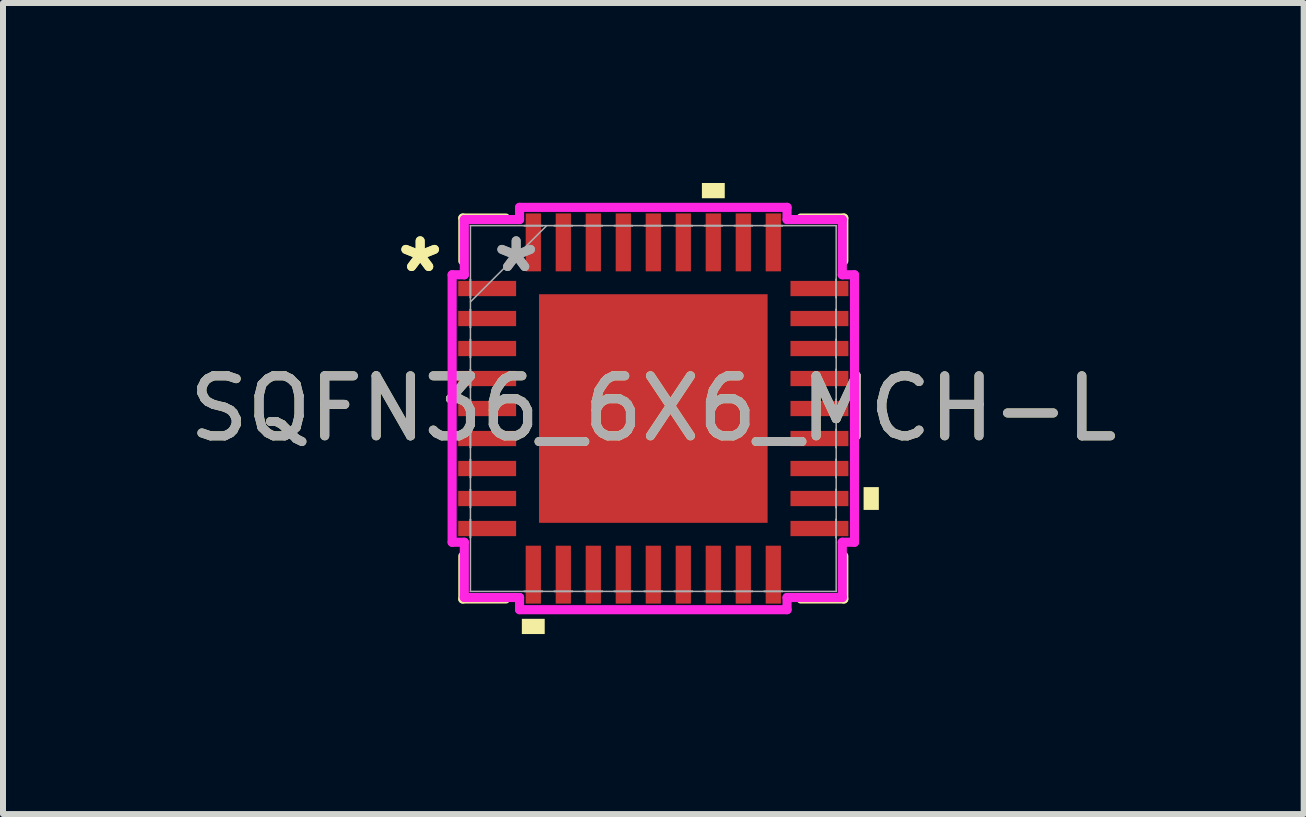
<source format=kicad_pcb>
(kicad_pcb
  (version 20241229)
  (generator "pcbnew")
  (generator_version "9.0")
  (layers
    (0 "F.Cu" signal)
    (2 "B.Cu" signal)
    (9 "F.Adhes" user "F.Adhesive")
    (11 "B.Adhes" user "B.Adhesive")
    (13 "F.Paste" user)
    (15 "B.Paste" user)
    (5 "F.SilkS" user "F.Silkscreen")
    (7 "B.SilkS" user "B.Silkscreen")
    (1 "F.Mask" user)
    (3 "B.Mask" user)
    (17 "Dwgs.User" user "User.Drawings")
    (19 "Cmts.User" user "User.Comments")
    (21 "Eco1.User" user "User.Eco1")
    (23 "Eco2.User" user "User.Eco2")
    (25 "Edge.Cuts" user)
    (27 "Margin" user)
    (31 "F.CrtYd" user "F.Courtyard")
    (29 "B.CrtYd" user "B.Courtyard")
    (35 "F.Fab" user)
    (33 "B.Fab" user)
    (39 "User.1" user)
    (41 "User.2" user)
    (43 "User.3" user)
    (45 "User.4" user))
  (footprint "SQFN36_6X6_MCH-L"
    (layer "F.Cu")
    (at 7.839 3.759)
    (property "Reference" "SQFN36_6X6_MCH-L" (at 0 0 0) (unlocked yes) (layer "F.SilkS") (effects (font (size 1 1) (thickness 0.15))))
    (attr smd)
    (fp_line (start -3.175 -3.175) (end -3.175 -2.46) (stroke (width 0.152) (type solid)) (layer "F.SilkS"))
    (fp_line (start -3.175 2.46) (end -3.175 3.175) (stroke (width 0.152) (type solid)) (layer "F.SilkS"))
    (fp_line (start -3.175 3.175) (end -2.46 3.175) (stroke (width 0.152) (type solid)) (layer "F.SilkS"))
    (fp_line (start -2.46 -3.175) (end -3.175 -3.175) (stroke (width 0.152) (type solid)) (layer "F.SilkS"))
    (fp_line (start 2.46 3.175) (end 3.175 3.175) (stroke (width 0.152) (type solid)) (layer "F.SilkS"))
    (fp_line (start 3.175 -3.175) (end 2.46 -3.175) (stroke (width 0.152) (type solid)) (layer "F.SilkS"))
    (fp_line (start 3.175 -2.46) (end 3.175 -3.175) (stroke (width 0.152) (type solid)) (layer "F.SilkS"))
    (fp_line (start 3.175 3.175) (end 3.175 2.46) (stroke (width 0.152) (type solid)) (layer "F.SilkS"))
    (fp_poly (pts (xy -2.191 3.505) (xy -2.191 3.759) (xy -1.81 3.759) (xy -1.81 3.505)) (stroke (width 0) (type solid)) (fill yes) (layer "F.SilkS"))
    (fp_poly (pts (xy 0.81 -3.505) (xy 0.81 -3.759) (xy 1.191 -3.759) (xy 1.191 -3.505)) (stroke (width 0) (type solid)) (fill yes) (layer "F.SilkS"))
    (fp_poly (pts (xy 3.759 1.31) (xy 3.759 1.69) (xy 3.505 1.69) (xy 3.505 1.31)) (stroke (width 0) (type solid)) (fill yes) (layer "F.SilkS"))
    (fp_poly (pts (xy -1.805 -1.805) (xy -1.805 -0.735) (xy -0.735 -0.735) (xy -0.735 -1.805)) (stroke (width 0) (type solid)) (fill yes) (layer "F.Paste"))
    (fp_poly (pts (xy -1.805 -0.535) (xy -1.805 0.535) (xy -0.735 0.535) (xy -0.735 -0.535)) (stroke (width 0) (type solid)) (fill yes) (layer "F.Paste"))
    (fp_poly (pts (xy -1.805 0.735) (xy -1.805 1.805) (xy -0.735 1.805) (xy -0.735 0.735)) (stroke (width 0) (type solid)) (fill yes) (layer "F.Paste"))
    (fp_poly (pts (xy -0.535 -1.805) (xy -0.535 -0.735) (xy 0.535 -0.735) (xy 0.535 -1.805)) (stroke (width 0) (type solid)) (fill yes) (layer "F.Paste"))
    (fp_poly (pts (xy -0.535 -0.535) (xy -0.535 0.535) (xy 0.535 0.535) (xy 0.535 -0.535)) (stroke (width 0) (type solid)) (fill yes) (layer "F.Paste"))
    (fp_poly (pts (xy -0.535 0.735) (xy -0.535 1.805) (xy 0.535 1.805) (xy 0.535 0.735)) (stroke (width 0) (type solid)) (fill yes) (layer "F.Paste"))
    (fp_poly (pts (xy 0.735 -1.805) (xy 0.735 -0.735) (xy 1.805 -0.735) (xy 1.805 -1.805)) (stroke (width 0) (type solid)) (fill yes) (layer "F.Paste"))
    (fp_poly (pts (xy 0.735 -0.535) (xy 0.735 0.535) (xy 1.805 0.535) (xy 1.805 -0.535)) (stroke (width 0) (type solid)) (fill yes) (layer "F.Paste"))
    (fp_poly (pts (xy 0.735 0.735) (xy 0.735 1.805) (xy 1.805 1.805) (xy 1.805 0.735)) (stroke (width 0) (type solid)) (fill yes) (layer "F.Paste"))
    (fp_line (start -3.353 -2.229) (end -3.15 -2.229) (stroke (width 0.152) (type solid)) (layer "F.CrtYd"))
    (fp_line (start -3.353 2.229) (end -3.353 -2.229) (stroke (width 0.152) (type solid)) (layer "F.CrtYd"))
    (fp_line (start -3.15 -3.15) (end -2.229 -3.15) (stroke (width 0.152) (type solid)) (layer "F.CrtYd"))
    (fp_line (start -3.15 -2.229) (end -3.15 -3.15) (stroke (width 0.152) (type solid)) (layer "F.CrtYd"))
    (fp_line (start -3.15 2.229) (end -3.353 2.229) (stroke (width 0.152) (type solid)) (layer "F.CrtYd"))
    (fp_line (start -3.15 3.15) (end -3.15 2.229) (stroke (width 0.152) (type solid)) (layer "F.CrtYd"))
    (fp_line (start -2.229 -3.353) (end 2.229 -3.353) (stroke (width 0.152) (type solid)) (layer "F.CrtYd"))
    (fp_line (start -2.229 -3.15) (end -2.229 -3.353) (stroke (width 0.152) (type solid)) (layer "F.CrtYd"))
    (fp_line (start -2.229 3.15) (end -3.15 3.15) (stroke (width 0.152) (type solid)) (layer "F.CrtYd"))
    (fp_line (start -2.229 3.353) (end -2.229 3.15) (stroke (width 0.152) (type solid)) (layer "F.CrtYd"))
    (fp_line (start 2.229 -3.353) (end 2.229 -3.15) (stroke (width 0.152) (type solid)) (layer "F.CrtYd"))
    (fp_line (start 2.229 -3.15) (end 3.15 -3.15) (stroke (width 0.152) (type solid)) (layer "F.CrtYd"))
    (fp_line (start 2.229 3.15) (end 2.229 3.353) (stroke (width 0.152) (type solid)) (layer "F.CrtYd"))
    (fp_line (start 2.229 3.353) (end -2.229 3.353) (stroke (width 0.152) (type solid)) (layer "F.CrtYd"))
    (fp_line (start 3.15 -3.15) (end 3.15 -2.229) (stroke (width 0.152) (type solid)) (layer "F.CrtYd"))
    (fp_line (start 3.15 -2.229) (end 3.353 -2.229) (stroke (width 0.152) (type solid)) (layer "F.CrtYd"))
    (fp_line (start 3.15 2.229) (end 3.15 3.15) (stroke (width 0.152) (type solid)) (layer "F.CrtYd"))
    (fp_line (start 3.15 3.15) (end 2.229 3.15) (stroke (width 0.152) (type solid)) (layer "F.CrtYd"))
    (fp_line (start 3.353 -2.229) (end 3.353 2.229) (stroke (width 0.152) (type solid)) (layer "F.CrtYd"))
    (fp_line (start 3.353 2.229) (end 3.15 2.229) (stroke (width 0.152) (type solid)) (layer "F.CrtYd"))
    (fp_line (start -3.048 -3.048) (end -3.048 -3.048) (stroke (width 0.025) (type solid)) (layer "F.Fab"))
    (fp_line (start -3.048 -3.048) (end -3.048 3.048) (stroke (width 0.025) (type solid)) (layer "F.Fab"))
    (fp_line (start -3.048 -2.152) (end -3.048 -2.152) (stroke (width 0.025) (type solid)) (layer "F.Fab"))
    (fp_line (start -3.048 -2.152) (end -3.048 -1.848) (stroke (width 0.025) (type solid)) (layer "F.Fab"))
    (fp_line (start -3.048 -1.848) (end -3.048 -2.152) (stroke (width 0.025) (type solid)) (layer "F.Fab"))
    (fp_line (start -3.048 -1.848) (end -3.048 -1.848) (stroke (width 0.025) (type solid)) (layer "F.Fab"))
    (fp_line (start -3.048 -1.778) (end -1.778 -3.048) (stroke (width 0.025) (type solid)) (layer "F.Fab"))
    (fp_line (start -3.048 -1.652) (end -3.048 -1.652) (stroke (width 0.025) (type solid)) (layer "F.Fab"))
    (fp_line (start -3.048 -1.652) (end -3.048 -1.348) (stroke (width 0.025) (type solid)) (layer "F.Fab"))
    (fp_line (start -3.048 -1.348) (end -3.048 -1.652) (stroke (width 0.025) (type solid)) (layer "F.Fab"))
    (fp_line (start -3.048 -1.348) (end -3.048 -1.348) (stroke (width 0.025) (type solid)) (layer "F.Fab"))
    (fp_line (start -3.048 -1.152) (end -3.048 -1.152) (stroke (width 0.025) (type solid)) (layer "F.Fab"))
    (fp_line (start -3.048 -1.152) (end -3.048 -0.848) (stroke (width 0.025) (type solid)) (layer "F.Fab"))
    (fp_line (start -3.048 -0.848) (end -3.048 -1.152) (stroke (width 0.025) (type solid)) (layer "F.Fab"))
    (fp_line (start -3.048 -0.848) (end -3.048 -0.848) (stroke (width 0.025) (type solid)) (layer "F.Fab"))
    (fp_line (start -3.048 -0.652) (end -3.048 -0.652) (stroke (width 0.025) (type solid)) (layer "F.Fab"))
    (fp_line (start -3.048 -0.652) (end -3.048 -0.348) (stroke (width 0.025) (type solid)) (layer "F.Fab"))
    (fp_line (start -3.048 -0.348) (end -3.048 -0.652) (stroke (width 0.025) (type solid)) (layer "F.Fab"))
    (fp_line (start -3.048 -0.348) (end -3.048 -0.348) (stroke (width 0.025) (type solid)) (layer "F.Fab"))
    (fp_line (start -3.048 -0.152) (end -3.048 -0.152) (stroke (width 0.025) (type solid)) (layer "F.Fab"))
    (fp_line (start -3.048 -0.152) (end -3.048 0.152) (stroke (width 0.025) (type solid)) (layer "F.Fab"))
    (fp_line (start -3.048 0.152) (end -3.048 -0.152) (stroke (width 0.025) (type solid)) (layer "F.Fab"))
    (fp_line (start -3.048 0.152) (end -3.048 0.152) (stroke (width 0.025) (type solid)) (layer "F.Fab"))
    (fp_line (start -3.048 0.348) (end -3.048 0.348) (stroke (width 0.025) (type solid)) (layer "F.Fab"))
    (fp_line (start -3.048 0.348) (end -3.048 0.652) (stroke (width 0.025) (type solid)) (layer "F.Fab"))
    (fp_line (start -3.048 0.652) (end -3.048 0.348) (stroke (width 0.025) (type solid)) (layer "F.Fab"))
    (fp_line (start -3.048 0.652) (end -3.048 0.652) (stroke (width 0.025) (type solid)) (layer "F.Fab"))
    (fp_line (start -3.048 0.848) (end -3.048 0.848) (stroke (width 0.025) (type solid)) (layer "F.Fab"))
    (fp_line (start -3.048 0.848) (end -3.048 1.152) (stroke (width 0.025) (type solid)) (layer "F.Fab"))
    (fp_line (start -3.048 1.152) (end -3.048 0.848) (stroke (width 0.025) (type solid)) (layer "F.Fab"))
    (fp_line (start -3.048 1.152) (end -3.048 1.152) (stroke (width 0.025) (type solid)) (layer "F.Fab"))
    (fp_line (start -3.048 1.348) (end -3.048 1.348) (stroke (width 0.025) (type solid)) (layer "F.Fab"))
    (fp_line (start -3.048 1.348) (end -3.048 1.652) (stroke (width 0.025) (type solid)) (layer "F.Fab"))
    (fp_line (start -3.048 1.652) (end -3.048 1.348) (stroke (width 0.025) (type solid)) (layer "F.Fab"))
    (fp_line (start -3.048 1.652) (end -3.048 1.652) (stroke (width 0.025) (type solid)) (layer "F.Fab"))
    (fp_line (start -3.048 1.848) (end -3.048 1.848) (stroke (width 0.025) (type solid)) (layer "F.Fab"))
    (fp_line (start -3.048 1.848) (end -3.048 2.152) (stroke (width 0.025) (type solid)) (layer "F.Fab"))
    (fp_line (start -3.048 2.152) (end -3.048 1.848) (stroke (width 0.025) (type solid)) (layer "F.Fab"))
    (fp_line (start -3.048 2.152) (end -3.048 2.152) (stroke (width 0.025) (type solid)) (layer "F.Fab"))
    (fp_line (start -3.048 3.048) (end -3.048 3.048) (stroke (width 0.025) (type solid)) (layer "F.Fab"))
    (fp_line (start -3.048 3.048) (end 3.048 3.048) (stroke (width 0.025) (type solid)) (layer "F.Fab"))
    (fp_line (start -2.152 -3.048) (end -2.152 -3.048) (stroke (width 0.025) (type solid)) (layer "F.Fab"))
    (fp_line (start -2.152 -3.048) (end -1.848 -3.048) (stroke (width 0.025) (type solid)) (layer "F.Fab"))
    (fp_line (start -2.152 3.048) (end -2.152 3.048) (stroke (width 0.025) (type solid)) (layer "F.Fab"))
    (fp_line (start -2.152 3.048) (end -1.848 3.048) (stroke (width 0.025) (type solid)) (layer "F.Fab"))
    (fp_line (start -1.848 -3.048) (end -2.152 -3.048) (stroke (width 0.025) (type solid)) (layer "F.Fab"))
    (fp_line (start -1.848 -3.048) (end -1.848 -3.048) (stroke (width 0.025) (type solid)) (layer "F.Fab"))
    (fp_line (start -1.848 3.048) (end -2.152 3.048) (stroke (width 0.025) (type solid)) (layer "F.Fab"))
    (fp_line (start -1.848 3.048) (end -1.848 3.048) (stroke (width 0.025) (type solid)) (layer "F.Fab"))
    (fp_line (start -1.652 -3.048) (end -1.652 -3.048) (stroke (width 0.025) (type solid)) (layer "F.Fab"))
    (fp_line (start -1.652 -3.048) (end -1.348 -3.048) (stroke (width 0.025) (type solid)) (layer "F.Fab"))
    (fp_line (start -1.652 3.048) (end -1.652 3.048) (stroke (width 0.025) (type solid)) (layer "F.Fab"))
    (fp_line (start -1.652 3.048) (end -1.348 3.048) (stroke (width 0.025) (type solid)) (layer "F.Fab"))
    (fp_line (start -1.348 -3.048) (end -1.652 -3.048) (stroke (width 0.025) (type solid)) (layer "F.Fab"))
    (fp_line (start -1.348 -3.048) (end -1.348 -3.048) (stroke (width 0.025) (type solid)) (layer "F.Fab"))
    (fp_line (start -1.348 3.048) (end -1.652 3.048) (stroke (width 0.025) (type solid)) (layer "F.Fab"))
    (fp_line (start -1.348 3.048) (end -1.348 3.048) (stroke (width 0.025) (type solid)) (layer "F.Fab"))
    (fp_line (start -1.152 -3.048) (end -1.152 -3.048) (stroke (width 0.025) (type solid)) (layer "F.Fab"))
    (fp_line (start -1.152 -3.048) (end -0.848 -3.048) (stroke (width 0.025) (type solid)) (layer "F.Fab"))
    (fp_line (start -1.152 3.048) (end -1.152 3.048) (stroke (width 0.025) (type solid)) (layer "F.Fab"))
    (fp_line (start -1.152 3.048) (end -0.848 3.048) (stroke (width 0.025) (type solid)) (layer "F.Fab"))
    (fp_line (start -0.848 -3.048) (end -1.152 -3.048) (stroke (width 0.025) (type solid)) (layer "F.Fab"))
    (fp_line (start -0.848 -3.048) (end -0.848 -3.048) (stroke (width 0.025) (type solid)) (layer "F.Fab"))
    (fp_line (start -0.848 3.048) (end -1.152 3.048) (stroke (width 0.025) (type solid)) (layer "F.Fab"))
    (fp_line (start -0.848 3.048) (end -0.848 3.048) (stroke (width 0.025) (type solid)) (layer "F.Fab"))
    (fp_line (start -0.652 -3.048) (end -0.652 -3.048) (stroke (width 0.025) (type solid)) (layer "F.Fab"))
    (fp_line (start -0.652 -3.048) (end -0.348 -3.048) (stroke (width 0.025) (type solid)) (layer "F.Fab"))
    (fp_line (start -0.652 3.048) (end -0.652 3.048) (stroke (width 0.025) (type solid)) (layer "F.Fab"))
    (fp_line (start -0.652 3.048) (end -0.348 3.048) (stroke (width 0.025) (type solid)) (layer "F.Fab"))
    (fp_line (start -0.348 -3.048) (end -0.652 -3.048) (stroke (width 0.025) (type solid)) (layer "F.Fab"))
    (fp_line (start -0.348 -3.048) (end -0.348 -3.048) (stroke (width 0.025) (type solid)) (layer "F.Fab"))
    (fp_line (start -0.348 3.048) (end -0.652 3.048) (stroke (width 0.025) (type solid)) (layer "F.Fab"))
    (fp_line (start -0.348 3.048) (end -0.348 3.048) (stroke (width 0.025) (type solid)) (layer "F.Fab"))
    (fp_line (start -0.152 -3.048) (end -0.152 -3.048) (stroke (width 0.025) (type solid)) (layer "F.Fab"))
    (fp_line (start -0.152 -3.048) (end 0.152 -3.048) (stroke (width 0.025) (type solid)) (layer "F.Fab"))
    (fp_line (start -0.152 3.048) (end -0.152 3.048) (stroke (width 0.025) (type solid)) (layer "F.Fab"))
    (fp_line (start -0.152 3.048) (end 0.152 3.048) (stroke (width 0.025) (type solid)) (layer "F.Fab"))
    (fp_line (start 0.152 -3.048) (end -0.152 -3.048) (stroke (width 0.025) (type solid)) (layer "F.Fab"))
    (fp_line (start 0.152 -3.048) (end 0.152 -3.048) (stroke (width 0.025) (type solid)) (layer "F.Fab"))
    (fp_line (start 0.152 3.048) (end -0.152 3.048) (stroke (width 0.025) (type solid)) (layer "F.Fab"))
    (fp_line (start 0.152 3.048) (end 0.152 3.048) (stroke (width 0.025) (type solid)) (layer "F.Fab"))
    (fp_line (start 0.348 -3.048) (end 0.348 -3.048) (stroke (width 0.025) (type solid)) (layer "F.Fab"))
    (fp_line (start 0.348 -3.048) (end 0.652 -3.048) (stroke (width 0.025) (type solid)) (layer "F.Fab"))
    (fp_line (start 0.348 3.048) (end 0.348 3.048) (stroke (width 0.025) (type solid)) (layer "F.Fab"))
    (fp_line (start 0.348 3.048) (end 0.652 3.048) (stroke (width 0.025) (type solid)) (layer "F.Fab"))
    (fp_line (start 0.652 -3.048) (end 0.348 -3.048) (stroke (width 0.025) (type solid)) (layer "F.Fab"))
    (fp_line (start 0.652 -3.048) (end 0.652 -3.048) (stroke (width 0.025) (type solid)) (layer "F.Fab"))
    (fp_line (start 0.652 3.048) (end 0.348 3.048) (stroke (width 0.025) (type solid)) (layer "F.Fab"))
    (fp_line (start 0.652 3.048) (end 0.652 3.048) (stroke (width 0.025) (type solid)) (layer "F.Fab"))
    (fp_line (start 0.848 -3.048) (end 0.848 -3.048) (stroke (width 0.025) (type solid)) (layer "F.Fab"))
    (fp_line (start 0.848 -3.048) (end 1.152 -3.048) (stroke (width 0.025) (type solid)) (layer "F.Fab"))
    (fp_line (start 0.848 3.048) (end 0.848 3.048) (stroke (width 0.025) (type solid)) (layer "F.Fab"))
    (fp_line (start 0.848 3.048) (end 1.152 3.048) (stroke (width 0.025) (type solid)) (layer "F.Fab"))
    (fp_line (start 1.152 -3.048) (end 0.848 -3.048) (stroke (width 0.025) (type solid)) (layer "F.Fab"))
    (fp_line (start 1.152 -3.048) (end 1.152 -3.048) (stroke (width 0.025) (type solid)) (layer "F.Fab"))
    (fp_line (start 1.152 3.048) (end 0.848 3.048) (stroke (width 0.025) (type solid)) (layer "F.Fab"))
    (fp_line (start 1.152 3.048) (end 1.152 3.048) (stroke (width 0.025) (type solid)) (layer "F.Fab"))
    (fp_line (start 1.348 -3.048) (end 1.348 -3.048) (stroke (width 0.025) (type solid)) (layer "F.Fab"))
    (fp_line (start 1.348 -3.048) (end 1.652 -3.048) (stroke (width 0.025) (type solid)) (layer "F.Fab"))
    (fp_line (start 1.348 3.048) (end 1.348 3.048) (stroke (width 0.025) (type solid)) (layer "F.Fab"))
    (fp_line (start 1.348 3.048) (end 1.652 3.048) (stroke (width 0.025) (type solid)) (layer "F.Fab"))
    (fp_line (start 1.652 -3.048) (end 1.348 -3.048) (stroke (width 0.025) (type solid)) (layer "F.Fab"))
    (fp_line (start 1.652 -3.048) (end 1.652 -3.048) (stroke (width 0.025) (type solid)) (layer "F.Fab"))
    (fp_line (start 1.652 3.048) (end 1.348 3.048) (stroke (width 0.025) (type solid)) (layer "F.Fab"))
    (fp_line (start 1.652 3.048) (end 1.652 3.048) (stroke (width 0.025) (type solid)) (layer "F.Fab"))
    (fp_line (start 1.848 -3.048) (end 1.848 -3.048) (stroke (width 0.025) (type solid)) (layer "F.Fab"))
    (fp_line (start 1.848 -3.048) (end 2.152 -3.048) (stroke (width 0.025) (type solid)) (layer "F.Fab"))
    (fp_line (start 1.848 3.048) (end 1.848 3.048) (stroke (width 0.025) (type solid)) (layer "F.Fab"))
    (fp_line (start 1.848 3.048) (end 2.152 3.048) (stroke (width 0.025) (type solid)) (layer "F.Fab"))
    (fp_line (start 2.152 -3.048) (end 1.848 -3.048) (stroke (width 0.025) (type solid)) (layer "F.Fab"))
    (fp_line (start 2.152 -3.048) (end 2.152 -3.048) (stroke (width 0.025) (type solid)) (layer "F.Fab"))
    (fp_line (start 2.152 3.048) (end 1.848 3.048) (stroke (width 0.025) (type solid)) (layer "F.Fab"))
    (fp_line (start 2.152 3.048) (end 2.152 3.048) (stroke (width 0.025) (type solid)) (layer "F.Fab"))
    (fp_line (start 3.048 -3.048) (end -3.048 -3.048) (stroke (width 0.025) (type solid)) (layer "F.Fab"))
    (fp_line (start 3.048 -3.048) (end 3.048 -3.048) (stroke (width 0.025) (type solid)) (layer "F.Fab"))
    (fp_line (start 3.048 -2.152) (end 3.048 -2.152) (stroke (width 0.025) (type solid)) (layer "F.Fab"))
    (fp_line (start 3.048 -2.152) (end 3.048 -1.848) (stroke (width 0.025) (type solid)) (layer "F.Fab"))
    (fp_line (start 3.048 -1.848) (end 3.048 -2.152) (stroke (width 0.025) (type solid)) (layer "F.Fab"))
    (fp_line (start 3.048 -1.848) (end 3.048 -1.848) (stroke (width 0.025) (type solid)) (layer "F.Fab"))
    (fp_line (start 3.048 -1.652) (end 3.048 -1.652) (stroke (width 0.025) (type solid)) (layer "F.Fab"))
    (fp_line (start 3.048 -1.652) (end 3.048 -1.348) (stroke (width 0.025) (type solid)) (layer "F.Fab"))
    (fp_line (start 3.048 -1.348) (end 3.048 -1.652) (stroke (width 0.025) (type solid)) (layer "F.Fab"))
    (fp_line (start 3.048 -1.348) (end 3.048 -1.348) (stroke (width 0.025) (type solid)) (layer "F.Fab"))
    (fp_line (start 3.048 -1.152) (end 3.048 -1.152) (stroke (width 0.025) (type solid)) (layer "F.Fab"))
    (fp_line (start 3.048 -1.152) (end 3.048 -0.848) (stroke (width 0.025) (type solid)) (layer "F.Fab"))
    (fp_line (start 3.048 -0.848) (end 3.048 -1.152) (stroke (width 0.025) (type solid)) (layer "F.Fab"))
    (fp_line (start 3.048 -0.848) (end 3.048 -0.848) (stroke (width 0.025) (type solid)) (layer "F.Fab"))
    (fp_line (start 3.048 -0.652) (end 3.048 -0.652) (stroke (width 0.025) (type solid)) (layer "F.Fab"))
    (fp_line (start 3.048 -0.652) (end 3.048 -0.348) (stroke (width 0.025) (type solid)) (layer "F.Fab"))
    (fp_line (start 3.048 -0.348) (end 3.048 -0.652) (stroke (width 0.025) (type solid)) (layer "F.Fab"))
    (fp_line (start 3.048 -0.348) (end 3.048 -0.348) (stroke (width 0.025) (type solid)) (layer "F.Fab"))
    (fp_line (start 3.048 -0.152) (end 3.048 -0.152) (stroke (width 0.025) (type solid)) (layer "F.Fab"))
    (fp_line (start 3.048 -0.152) (end 3.048 0.152) (stroke (width 0.025) (type solid)) (layer "F.Fab"))
    (fp_line (start 3.048 0.152) (end 3.048 -0.152) (stroke (width 0.025) (type solid)) (layer "F.Fab"))
    (fp_line (start 3.048 0.152) (end 3.048 0.152) (stroke (width 0.025) (type solid)) (layer "F.Fab"))
    (fp_line (start 3.048 0.348) (end 3.048 0.348) (stroke (width 0.025) (type solid)) (layer "F.Fab"))
    (fp_line (start 3.048 0.348) (end 3.048 0.652) (stroke (width 0.025) (type solid)) (layer "F.Fab"))
    (fp_line (start 3.048 0.652) (end 3.048 0.348) (stroke (width 0.025) (type solid)) (layer "F.Fab"))
    (fp_line (start 3.048 0.652) (end 3.048 0.652) (stroke (width 0.025) (type solid)) (layer "F.Fab"))
    (fp_line (start 3.048 0.848) (end 3.048 0.848) (stroke (width 0.025) (type solid)) (layer "F.Fab"))
    (fp_line (start 3.048 0.848) (end 3.048 1.152) (stroke (width 0.025) (type solid)) (layer "F.Fab"))
    (fp_line (start 3.048 1.152) (end 3.048 0.848) (stroke (width 0.025) (type solid)) (layer "F.Fab"))
    (fp_line (start 3.048 1.152) (end 3.048 1.152) (stroke (width 0.025) (type solid)) (layer "F.Fab"))
    (fp_line (start 3.048 1.348) (end 3.048 1.348) (stroke (width 0.025) (type solid)) (layer "F.Fab"))
    (fp_line (start 3.048 1.348) (end 3.048 1.652) (stroke (width 0.025) (type solid)) (layer "F.Fab"))
    (fp_line (start 3.048 1.652) (end 3.048 1.348) (stroke (width 0.025) (type solid)) (layer "F.Fab"))
    (fp_line (start 3.048 1.652) (end 3.048 1.652) (stroke (width 0.025) (type solid)) (layer "F.Fab"))
    (fp_line (start 3.048 1.848) (end 3.048 1.848) (stroke (width 0.025) (type solid)) (layer "F.Fab"))
    (fp_line (start 3.048 1.848) (end 3.048 2.152) (stroke (width 0.025) (type solid)) (layer "F.Fab"))
    (fp_line (start 3.048 2.152) (end 3.048 1.848) (stroke (width 0.025) (type solid)) (layer "F.Fab"))
    (fp_line (start 3.048 2.152) (end 3.048 2.152) (stroke (width 0.025) (type solid)) (layer "F.Fab"))
    (fp_line (start 3.048 3.048) (end 3.048 -3.048) (stroke (width 0.025) (type solid)) (layer "F.Fab"))
    (fp_line (start 3.048 3.048) (end 3.048 3.048) (stroke (width 0.025) (type solid)) (layer "F.Fab"))
    (fp_text user "*" (at -3.886 -2.25 0) (unlocked yes) (layer "F.SilkS") (effects (font (size 1 1) (thickness 0.15))))
    (fp_text user "*" (at -3.886 -2.25 0) (layer "F.SilkS") (effects (font (size 1 1) (thickness 0.15))))
    (fp_text user "*" (at -2.286 -2.25 0) (layer "F.Fab") (effects (font (size 1 1) (thickness 0.15))))
    (fp_text user "*" (at -2.286 -2.25 0) (unlocked yes) (layer "F.Fab") (effects (font (size 1 1) (thickness 0.15))))
    (fp_text user "${REFERENCE}" (at 0 0 0) (unlocked yes) (layer "F.Fab") (effects (font (size 1 1) (thickness 0.15))))
    (pad "1" smd rect (at -2.769 -2 90) (size 0.254 0.965) (layers "F.Cu" "F.Mask" "F.Paste"))
    (pad "2" smd rect (at -2.769 -1.5 90) (size 0.254 0.965) (layers "F.Cu" "F.Mask" "F.Paste"))
    (pad "3" smd rect (at -2.769 -1 90) (size 0.254 0.965) (layers "F.Cu" "F.Mask" "F.Paste"))
    (pad "4" smd rect (at -2.769 -0.5 90) (size 0.254 0.965) (layers "F.Cu" "F.Mask" "F.Paste"))
    (pad "5" smd rect (at -2.769 0 90) (size 0.254 0.965) (layers "F.Cu" "F.Mask" "F.Paste"))
    (pad "6" smd rect (at -2.769 0.5 90) (size 0.254 0.965) (layers "F.Cu" "F.Mask" "F.Paste"))
    (pad "7" smd rect (at -2.769 1 90) (size 0.254 0.965) (layers "F.Cu" "F.Mask" "F.Paste"))
    (pad "8" smd rect (at -2.769 1.5 90) (size 0.254 0.965) (layers "F.Cu" "F.Mask" "F.Paste"))
    (pad "9" smd rect (at -2.769 2 90) (size 0.254 0.965) (layers "F.Cu" "F.Mask" "F.Paste"))
    (pad "10" smd rect (at -2 2.769) (size 0.254 0.965) (layers "F.Cu" "F.Mask" "F.Paste"))
    (pad "11" smd rect (at -1.5 2.769) (size 0.254 0.965) (layers "F.Cu" "F.Mask" "F.Paste"))
    (pad "12" smd rect (at -1 2.769) (size 0.254 0.965) (layers "F.Cu" "F.Mask" "F.Paste"))
    (pad "13" smd rect (at -0.5 2.769) (size 0.254 0.965) (layers "F.Cu" "F.Mask" "F.Paste"))
    (pad "14" smd rect (at 0 2.769) (size 0.254 0.965) (layers "F.Cu" "F.Mask" "F.Paste"))
    (pad "15" smd rect (at 0.5 2.769) (size 0.254 0.965) (layers "F.Cu" "F.Mask" "F.Paste"))
    (pad "16" smd rect (at 1 2.769) (size 0.254 0.965) (layers "F.Cu" "F.Mask" "F.Paste"))
    (pad "17" smd rect (at 1.5 2.769) (size 0.254 0.965) (layers "F.Cu" "F.Mask" "F.Paste"))
    (pad "18" smd rect (at 2 2.769) (size 0.254 0.965) (layers "F.Cu" "F.Mask" "F.Paste"))
    (pad "19" smd rect (at 2.769 2 90) (size 0.254 0.965) (layers "F.Cu" "F.Mask" "F.Paste"))
    (pad "20" smd rect (at 2.769 1.5 90) (size 0.254 0.965) (layers "F.Cu" "F.Mask" "F.Paste"))
    (pad "21" smd rect (at 2.769 1 90) (size 0.254 0.965) (layers "F.Cu" "F.Mask" "F.Paste"))
    (pad "22" smd rect (at 2.769 0.5 90) (size 0.254 0.965) (layers "F.Cu" "F.Mask" "F.Paste"))
    (pad "23" smd rect (at 2.769 0 90) (size 0.254 0.965) (layers "F.Cu" "F.Mask" "F.Paste"))
    (pad "24" smd rect (at 2.769 -0.5 90) (size 0.254 0.965) (layers "F.Cu" "F.Mask" "F.Paste"))
    (pad "25" smd rect (at 2.769 -1 90) (size 0.254 0.965) (layers "F.Cu" "F.Mask" "F.Paste"))
    (pad "26" smd rect (at 2.769 -1.5 90) (size 0.254 0.965) (layers "F.Cu" "F.Mask" "F.Paste"))
    (pad "27" smd rect (at 2.769 -2 90) (size 0.254 0.965) (layers "F.Cu" "F.Mask" "F.Paste"))
    (pad "28" smd rect (at 2 -2.769) (size 0.254 0.965) (layers "F.Cu" "F.Mask" "F.Paste"))
    (pad "29" smd rect (at 1.5 -2.769) (size 0.254 0.965) (layers "F.Cu" "F.Mask" "F.Paste"))
    (pad "30" smd rect (at 1 -2.769) (size 0.254 0.965) (layers "F.Cu" "F.Mask" "F.Paste"))
    (pad "31" smd rect (at 0.5 -2.769) (size 0.254 0.965) (layers "F.Cu" "F.Mask" "F.Paste"))
    (pad "32" smd rect (at 0 -2.769) (size 0.254 0.965) (layers "F.Cu" "F.Mask" "F.Paste"))
    (pad "33" smd rect (at -0.5 -2.769) (size 0.254 0.965) (layers "F.Cu" "F.Mask" "F.Paste"))
    (pad "34" smd rect (at -1 -2.769) (size 0.254 0.965) (layers "F.Cu" "F.Mask" "F.Paste"))
    (pad "35" smd rect (at -1.5 -2.769) (size 0.254 0.965) (layers "F.Cu" "F.Mask" "F.Paste"))
    (pad "36" smd rect (at -2 -2.769) (size 0.254 0.965) (layers "F.Cu" "F.Mask" "F.Paste"))
    (pad "37" smd rect (at 0 0) (size 3.81 3.81) (layers "F.Cu" "F.Mask" "F.Paste")))
  (gr_rect
    (start -3 -3)
    (end 18.679 10.518)
    (stroke (width 0.1) (type default))
    (fill no)
    (layer "Edge.Cuts")))
</source>
